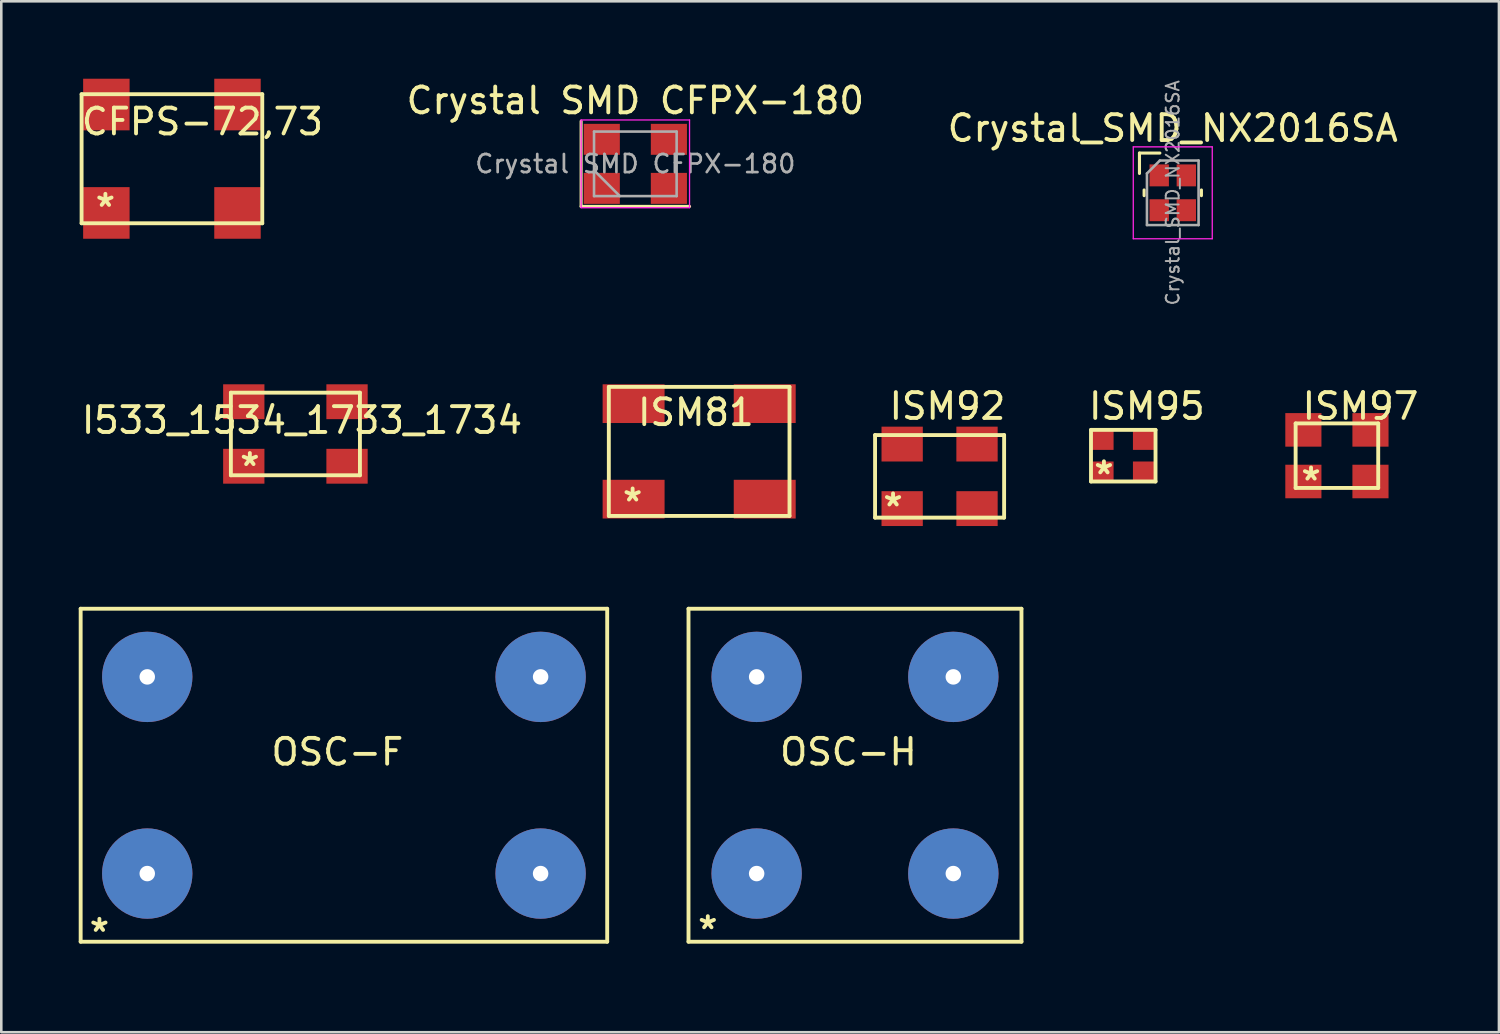
<source format=kicad_pcb>
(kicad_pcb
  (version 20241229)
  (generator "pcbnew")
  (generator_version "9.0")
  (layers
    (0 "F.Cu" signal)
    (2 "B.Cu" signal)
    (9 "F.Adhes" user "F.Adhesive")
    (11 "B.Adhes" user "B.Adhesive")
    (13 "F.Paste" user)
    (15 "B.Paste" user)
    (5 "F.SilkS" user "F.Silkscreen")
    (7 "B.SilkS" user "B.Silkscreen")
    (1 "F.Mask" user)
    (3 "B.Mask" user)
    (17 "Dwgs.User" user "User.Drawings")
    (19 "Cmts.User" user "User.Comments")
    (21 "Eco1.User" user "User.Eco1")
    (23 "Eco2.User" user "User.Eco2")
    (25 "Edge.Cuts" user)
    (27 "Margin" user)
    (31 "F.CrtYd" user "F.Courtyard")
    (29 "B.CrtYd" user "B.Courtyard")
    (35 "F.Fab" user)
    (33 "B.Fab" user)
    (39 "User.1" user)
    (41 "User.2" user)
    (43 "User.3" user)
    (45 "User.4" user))
  (footprint "Crystal_SMD_NX2016SA"
    (layer "F.Cu")
    (at 42.387 4.42)
    (property "Reference" "Crystal_SMD_NX2016SA" (at 0 -2.5 0) (layer "F.SilkS") (effects (font (size 1 1) (thickness 0.15))))
    (attr smd)
    (fp_line (start -1.29 -0.75) (end -1.29 -1.54) (stroke (width 0.12) (type solid)) (layer "F.SilkS"))
    (fp_line (start -1.11 -0.11) (end -1.11 0.11) (stroke (width 0.12) (type solid)) (layer "F.SilkS"))
    (fp_line (start -0.5 -1.54) (end -1.29 -1.54) (stroke (width 0.12) (type solid)) (layer "F.SilkS"))
    (fp_line (start 1.11 -0.11) (end 1.11 0.11) (stroke (width 0.12) (type solid)) (layer "F.SilkS"))
    (fp_line (start -1.53 -1.78) (end -1.53 1.78) (stroke (width 0.05) (type solid)) (layer "F.CrtYd"))
    (fp_line (start -1.53 1.78) (end 1.53 1.78) (stroke (width 0.05) (type solid)) (layer "F.CrtYd"))
    (fp_line (start 1.53 -1.78) (end -1.53 -1.78) (stroke (width 0.05) (type solid)) (layer "F.CrtYd"))
    (fp_line (start 1.53 -1.78) (end 1.53 1.78) (stroke (width 0.05) (type solid)) (layer "F.CrtYd"))
    (fp_line (start -1 -0.75) (end -1 1.25) (stroke (width 0.1) (type solid)) (layer "F.Fab"))
    (fp_line (start -1 1.25) (end 1 1.25) (stroke (width 0.1) (type solid)) (layer "F.Fab"))
    (fp_line (start -0.5 -1.25) (end -1 -0.75) (stroke (width 0.1) (type solid)) (layer "F.Fab"))
    (fp_line (start -0.5 -1.25) (end 1 -1.25) (stroke (width 0.1) (type solid)) (layer "F.Fab"))
    (fp_line (start 1 -1.25) (end 1 1.25) (stroke (width 0.1) (type solid)) (layer "F.Fab"))
    (fp_text user "${REFERENCE}" (at 0 0 90) (layer "F.Fab") (effects (font (size 0.5 0.5) (thickness 0.075))))
    (pad "1" smd rect (at -0.525 -0.675) (size 0.75 0.85) (layers "F.Cu" "F.Mask" "F.Paste"))
    (pad "2" smd rect (at -0.525 0.675) (size 0.75 0.85) (layers "F.Cu" "F.Mask" "F.Paste"))
    (pad "3" smd rect (at 0.525 0.675) (size 0.75 0.85) (layers "F.Cu" "F.Mask" "F.Paste"))
    (pad "4" smd rect (at 0.525 -0.675) (size 0.75 0.85) (layers "F.Cu" "F.Mask" "F.Paste")))
  (footprint "ISM81"
    (layer "F.Cu")
    (at 24.038 14.439)
    (property "Reference" "ISM81" (at -0.127 -1.511 0) (layer "F.SilkS") (effects (font (size 1 1) (thickness 0.15))))
    (attr through_hole)
    (fp_line (start -3.5 -2.5) (end 3.5 -2.5) (stroke (width 0.15) (type solid)) (layer "F.SilkS"))
    (fp_line (start -3.5 2.5) (end -3.5 -2.5) (stroke (width 0.15) (type solid)) (layer "F.SilkS"))
    (fp_line (start 3.5 -2.5) (end 3.5 2.5) (stroke (width 0.15) (type solid)) (layer "F.SilkS"))
    (fp_line (start 3.5 2.5) (end -3.5 2.5) (stroke (width 0.15) (type solid)) (layer "F.SilkS"))
    (fp_text user "*" (at -2.578 1.981 0) (layer "F.SilkS") (effects (font (size 1 1) (thickness 0.15))))
    (pad "1" smd rect (at -2.54 1.85) (size 2.4 1.5) (layers "F.Cu" "F.Mask" "F.Paste"))
    (pad "2" smd rect (at 2.54 1.85) (size 2.4 1.5) (layers "F.Cu" "F.Mask" "F.Paste"))
    (pad "3" smd rect (at 2.54 -1.85) (size 2.4 1.5) (layers "F.Cu" "F.Mask" "F.Paste"))
    (pad "4" smd rect (at -2.54 -1.85) (size 2.4 1.5) (layers "F.Cu" "F.Mask" "F.Paste")))
  (footprint "ISM97"
    (layer "F.Cu")
    (at 48.747 14.605)
    (property "Reference" "ISM97" (at 0.914 -1.918 0) (layer "F.SilkS") (effects (font (size 1 1) (thickness 0.15))))
    (attr through_hole)
    (fp_line (start -1.6 -1.25) (end 1.6 -1.25) (stroke (width 0.15) (type solid)) (layer "F.SilkS"))
    (fp_line (start -1.6 1.25) (end -1.6 -1.25) (stroke (width 0.15) (type solid)) (layer "F.SilkS"))
    (fp_line (start 1.6 -1.25) (end 1.6 1.25) (stroke (width 0.15) (type solid)) (layer "F.SilkS"))
    (fp_line (start 1.6 1.25) (end -1.6 1.25) (stroke (width 0.15) (type solid)) (layer "F.SilkS"))
    (fp_text user "*" (at -1.003 1.003 0) (layer "F.SilkS") (effects (font (size 1 1) (thickness 0.15))))
    (pad "1" smd rect (at -1.3 1) (size 1.4 1.3) (layers "F.Cu" "F.Mask" "F.Paste"))
    (pad "2" smd rect (at 1.3 1) (size 1.4 1.3) (layers "F.Cu" "F.Mask" "F.Paste"))
    (pad "3" smd rect (at 1.3 -1) (size 1.4 1.3) (layers "F.Cu" "F.Mask" "F.Paste"))
    (pad "4" smd rect (at -1.3 -1) (size 1.4 1.3) (layers "F.Cu" "F.Mask" "F.Paste")))
  (footprint "Crystal SMD CFPX-180"
    (layer "F.Cu")
    (at 21.565 3.298)
    (property "Reference" "Crystal SMD CFPX-180" (at 0 -2.45 0) (layer "F.SilkS") (effects (font (size 1 1) (thickness 0.15))))
    (attr smd)
    (fp_line (start -2.1 -1.65) (end -2.1 1.65) (stroke (width 0.12) (type solid)) (layer "F.SilkS"))
    (fp_line (start -2.1 1.65) (end 2.1 1.65) (stroke (width 0.12) (type solid)) (layer "F.SilkS"))
    (fp_line (start -2.1 -1.7) (end -2.1 1.7) (stroke (width 0.05) (type solid)) (layer "F.CrtYd"))
    (fp_line (start -2.1 1.7) (end 2.1 1.7) (stroke (width 0.05) (type solid)) (layer "F.CrtYd"))
    (fp_line (start 2.1 -1.7) (end -2.1 -1.7) (stroke (width 0.05) (type solid)) (layer "F.CrtYd"))
    (fp_line (start 2.1 1.7) (end 2.1 -1.7) (stroke (width 0.05) (type solid)) (layer "F.CrtYd"))
    (fp_line (start -1.6 -1.25) (end -1.6 1.25) (stroke (width 0.1) (type solid)) (layer "F.Fab"))
    (fp_line (start -1.6 0.25) (end -0.6 1.25) (stroke (width 0.1) (type solid)) (layer "F.Fab"))
    (fp_line (start -1.6 1.25) (end 1.6 1.25) (stroke (width 0.1) (type solid)) (layer "F.Fab"))
    (fp_line (start 1.6 -1.25) (end -1.6 -1.25) (stroke (width 0.1) (type solid)) (layer "F.Fab"))
    (fp_line (start 1.6 1.25) (end 1.6 -1.25) (stroke (width 0.1) (type solid)) (layer "F.Fab"))
    (fp_text user "${REFERENCE}" (at 0 0 0) (layer "F.Fab") (effects (font (size 0.7 0.7) (thickness 0.105))))
    (pad "1" smd rect (at -1.3 0.95) (size 1.4 1.2) (layers "F.Cu" "F.Mask" "F.Paste"))
    (pad "2" smd rect (at 1.3 0.95) (size 1.4 1.2) (layers "F.Cu" "F.Mask" "F.Paste"))
    (pad "3" smd rect (at 1.3 -0.95) (size 1.4 1.2) (layers "F.Cu" "F.Mask" "F.Paste"))
    (pad "4" smd rect (at -1.3 -0.95) (size 1.4 1.2) (layers "F.Cu" "F.Mask" "F.Paste")))
  (footprint "OSC-H"
    (layer "F.Cu")
    (at 30.075 26.985)
    (property "Reference" "OSC-H" (at -0.254 -0.902 0) (layer "F.SilkS") (effects (font (size 1 1) (thickness 0.15))))
    (attr through_hole)
    (fp_line (start -6.45 -6.45) (end 6.45 -6.45) (stroke (width 0.15) (type solid)) (layer "F.SilkS"))
    (fp_line (start -6.45 6.45) (end -6.45 -6.45) (stroke (width 0.15) (type solid)) (layer "F.SilkS"))
    (fp_line (start 6.45 -6.45) (end 6.45 6.45) (stroke (width 0.15) (type solid)) (layer "F.SilkS"))
    (fp_line (start 6.45 6.45) (end -6.45 6.45) (stroke (width 0.15) (type solid)) (layer "F.SilkS"))
    (fp_text user "*" (at -5.702 6.007 0) (layer "F.SilkS") (effects (font (size 1 1) (thickness 0.15))))
    (pad "1" thru_hole circle (at -3.81 3.81) (size 3.5 3.5) (drill 0.6) (layers "*.Cu" "*.Mask"))
    (pad "2" thru_hole circle (at 3.81 3.81) (size 3.5 3.5) (drill 0.6) (layers "*.Cu" "*.Mask"))
    (pad "3" thru_hole circle (at 3.81 -3.81) (size 3.5 3.5) (drill 0.6) (layers "*.Cu" "*.Mask"))
    (pad "4" thru_hole circle (at -3.81 -3.81) (size 3.5 3.5) (drill 0.6) (layers "*.Cu" "*.Mask")))
  (footprint "I533_1534_1733_1734"
    (layer "F.Cu")
    (at 8.395 13.764)
    (property "Reference" "I533_1534_1733_1734" (at 0.254 -0.533 0) (layer "F.SilkS") (effects (font (size 1 1) (thickness 0.15))))
    (attr through_hole)
    (fp_line (start -2.5 -1.6) (end 2.5 -1.6) (stroke (width 0.15) (type solid)) (layer "F.SilkS"))
    (fp_line (start -2.5 1.6) (end -2.5 -1.6) (stroke (width 0.15) (type solid)) (layer "F.SilkS"))
    (fp_line (start 2.5 -1.6) (end 2.5 1.6) (stroke (width 0.15) (type solid)) (layer "F.SilkS"))
    (fp_line (start 2.5 1.6) (end -2.5 1.6) (stroke (width 0.15) (type solid)) (layer "F.SilkS"))
    (fp_text user "*" (at -1.765 1.283 0) (layer "F.SilkS") (effects (font (size 1 1) (thickness 0.15))))
    (pad "1" smd rect (at -2 1.25) (size 1.6 1.35) (layers "F.Cu" "F.Mask" "F.Paste"))
    (pad "2" smd rect (at 2 1.25) (size 1.6 1.35) (layers "F.Cu" "F.Mask" "F.Paste"))
    (pad "3" smd rect (at 2 -1.25) (size 1.6 1.35) (layers "F.Cu" "F.Mask" "F.Paste"))
    (pad "4" smd rect (at -2 -1.25) (size 1.6 1.35) (layers "F.Cu" "F.Mask" "F.Paste")))
  (footprint "ISM92"
    (layer "F.Cu")
    (at 33.353 15.405)
    (property "Reference" "ISM92" (at 0.305 -2.718 0) (layer "F.SilkS") (effects (font (size 1 1) (thickness 0.15))))
    (attr through_hole)
    (fp_line (start -2.5 -1.6) (end 2.5 -1.6) (stroke (width 0.15) (type solid)) (layer "F.SilkS"))
    (fp_line (start -2.5 1.6) (end -2.5 -1.6) (stroke (width 0.15) (type solid)) (layer "F.SilkS"))
    (fp_line (start 2.5 -1.6) (end 2.5 1.6) (stroke (width 0.15) (type solid)) (layer "F.SilkS"))
    (fp_line (start 2.5 1.6) (end -2.5 1.6) (stroke (width 0.15) (type solid)) (layer "F.SilkS"))
    (fp_text user "*" (at -1.803 1.206 0) (layer "F.SilkS") (effects (font (size 1 1) (thickness 0.15))))
    (pad "1" smd rect (at -1.45 1.25) (size 1.6 1.35) (layers "F.Cu" "F.Mask" "F.Paste"))
    (pad "2" smd rect (at 1.45 1.25) (size 1.6 1.35) (layers "F.Cu" "F.Mask" "F.Paste"))
    (pad "3" smd rect (at 1.45 -1.25) (size 1.6 1.35) (layers "F.Cu" "F.Mask" "F.Paste"))
    (pad "4" smd rect (at -1.45 -1.25) (size 1.6 1.35) (layers "F.Cu" "F.Mask" "F.Paste")))
  (footprint "ISM95"
    (layer "F.Cu")
    (at 40.469 14.605)
    (property "Reference" "ISM95" (at 0.914 -1.918 0) (layer "F.SilkS") (effects (font (size 1 1) (thickness 0.15))))
    (attr through_hole)
    (fp_line (start -1.25 -1) (end 1.25 -1) (stroke (width 0.15) (type solid)) (layer "F.SilkS"))
    (fp_line (start -1.25 1) (end -1.25 -1) (stroke (width 0.15) (type solid)) (layer "F.SilkS"))
    (fp_line (start 1.25 -1) (end 1.25 1) (stroke (width 0.15) (type solid)) (layer "F.SilkS"))
    (fp_line (start 1.25 1) (end -1.25 1) (stroke (width 0.15) (type solid)) (layer "F.SilkS"))
    (fp_text user "*" (at -0.749 0.762 0) (layer "F.SilkS") (effects (font (size 1 1) (thickness 0.15))))
    (pad "1" smd rect (at -0.825 0.625) (size 0.9 0.8) (layers "F.Cu" "F.Mask" "F.Paste"))
    (pad "2" smd rect (at 0.825 0.625) (size 0.9 0.8) (layers "F.Cu" "F.Mask" "F.Paste"))
    (pad "3" smd rect (at 0.825 -0.625) (size 0.9 0.8) (layers "F.Cu" "F.Mask" "F.Paste"))
    (pad "4" smd rect (at -0.825 -0.625) (size 0.9 0.8) (layers "F.Cu" "F.Mask" "F.Paste")))
  (footprint "CFPS-72,73"
    (layer "F.Cu")
    (at 3.611 3.1)
    (property "Reference" "CFPS-72,73" (at 1.181 -1.435 0) (layer "F.SilkS") (effects (font (size 1 1) (thickness 0.15))))
    (attr through_hole)
    (fp_line (start -3.5 -2.5) (end 3.5 -2.5) (stroke (width 0.15) (type solid)) (layer "F.SilkS"))
    (fp_line (start -3.5 2.5) (end -3.5 -2.5) (stroke (width 0.15) (type solid)) (layer "F.SilkS"))
    (fp_line (start 3.5 -2.5) (end 3.5 2.5) (stroke (width 0.15) (type solid)) (layer "F.SilkS"))
    (fp_line (start 3.5 2.5) (end -3.5 2.5) (stroke (width 0.15) (type solid)) (layer "F.SilkS"))
    (fp_text user "*" (at -2.578 1.905 0) (layer "F.SilkS") (effects (font (size 1 1) (thickness 0.15))))
    (pad "1" smd rect (at -2.54 2.1) (size 1.8 2) (layers "F.Cu" "F.Mask" "F.Paste"))
    (pad "2" smd rect (at 2.54 2.1) (size 1.8 2) (layers "F.Cu" "F.Mask" "F.Paste"))
    (pad "3" smd rect (at 2.54 -2.1) (size 1.8 2) (layers "F.Cu" "F.Mask" "F.Paste"))
    (pad "4" smd rect (at -2.54 -2.1) (size 1.8 2) (layers "F.Cu" "F.Mask" "F.Paste")))
  (footprint "OSC-F"
    (layer "F.Cu")
    (at 10.275 26.985)
    (property "Reference" "OSC-F" (at -0.254 -0.902 0) (layer "F.SilkS") (effects (font (size 1 1) (thickness 0.15))))
    (attr through_hole)
    (fp_line (start -10.2 -6.45) (end 10.2 -6.45) (stroke (width 0.15) (type solid)) (layer "F.SilkS"))
    (fp_line (start -10.2 6.45) (end -10.2 -6.45) (stroke (width 0.15) (type solid)) (layer "F.SilkS"))
    (fp_line (start 10.2 -6.45) (end 10.2 6.45) (stroke (width 0.15) (type solid)) (layer "F.SilkS"))
    (fp_line (start 10.2 6.45) (end -10.2 6.45) (stroke (width 0.15) (type solid)) (layer "F.SilkS"))
    (fp_text user "*" (at -9.474 6.109 0) (layer "F.SilkS") (effects (font (size 1 1) (thickness 0.15))))
    (pad "1" thru_hole circle (at -7.62 3.81) (size 3.5 3.5) (drill 0.6) (layers "*.Cu" "*.Mask"))
    (pad "2" thru_hole circle (at 7.62 3.81) (size 3.5 3.5) (drill 0.6) (layers "*.Cu" "*.Mask"))
    (pad "3" thru_hole circle (at 7.62 -3.81) (size 3.5 3.5) (drill 0.6) (layers "*.Cu" "*.Mask"))
    (pad "4" thru_hole circle (at -7.62 -3.81) (size 3.5 3.5) (drill 0.6) (layers "*.Cu" "*.Mask")))
  (gr_rect
    (start -3 -3)
    (end 55.024 36.942)
    (stroke (width 0.1) (type default))
    (fill no)
    (layer "Edge.Cuts")))
</source>
